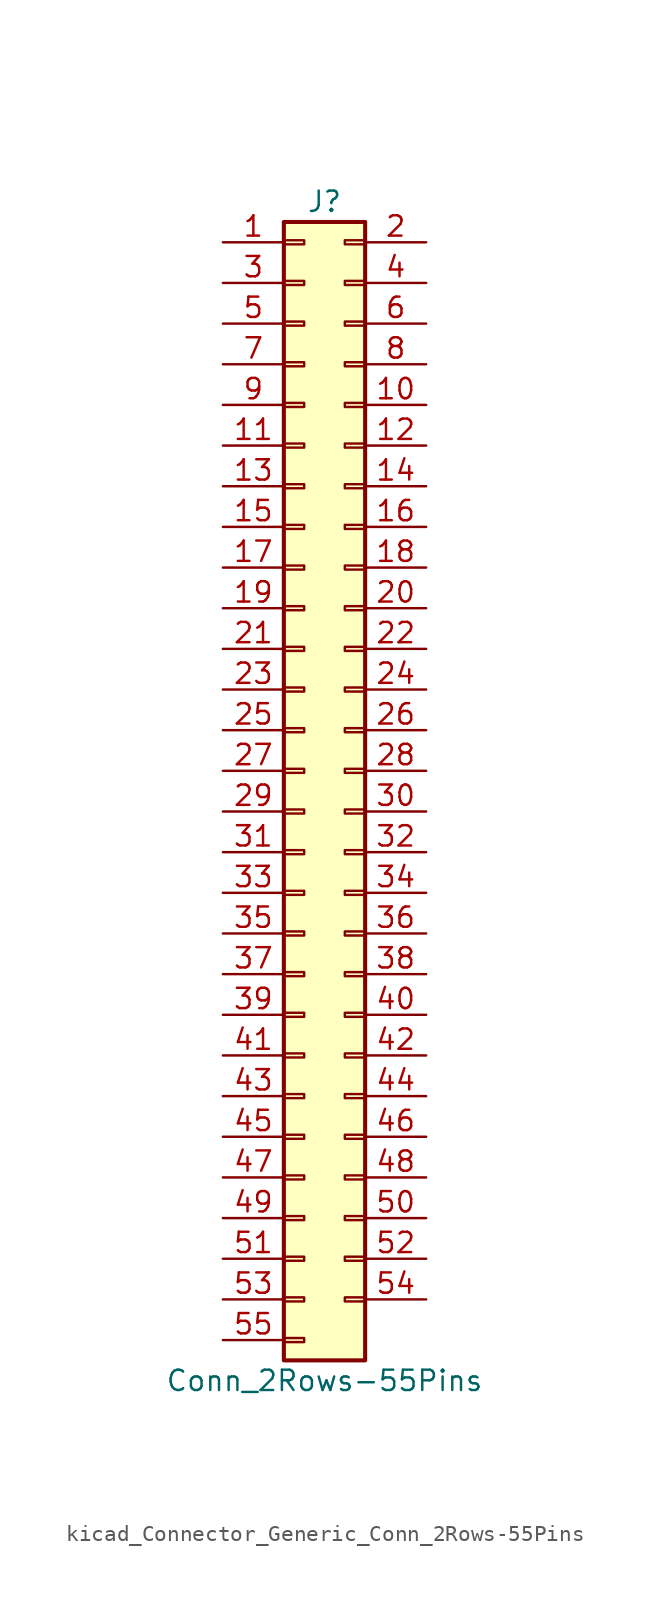
<source format=kicad_sym>
(kicad_symbol_lib
  (version 20220914)
  (generator kicad_symbol_editor)
  (symbol "kicad_Connector_Generic_Conn_2Rows-55Pins"
    (pin_names
      (offset 1.016) hide)
    (property "Reference" "J"
      (at 1.27 35.56 0)
      (effects (font (size 1.27 1.27))))
    (property "Value" "Conn_2Rows-55Pins"
      (at 1.27 -38.1 0)
      (effects (font (size 1.27 1.27))))
    (symbol "kicad_Connector_Generic_Conn_2Rows-55Pins_1_1"
      (rectangle (start -1.27 -35.433) (end 0 -35.687) (stroke (width 0.152) (type default)) (fill (type none)))
      (rectangle (start -1.27 -32.893) (end 0 -33.147) (stroke (width 0.152) (type default)) (fill (type none)))
      (rectangle (start -1.27 -30.353) (end 0 -30.607) (stroke (width 0.152) (type default)) (fill (type none)))
      (rectangle (start -1.27 -27.813) (end 0 -28.067) (stroke (width 0.152) (type default)) (fill (type none)))
      (rectangle (start -1.27 -25.273) (end 0 -25.527) (stroke (width 0.152) (type default)) (fill (type none)))
      (rectangle (start -1.27 -22.733) (end 0 -22.987) (stroke (width 0.152) (type default)) (fill (type none)))
      (rectangle (start -1.27 -20.193) (end 0 -20.447) (stroke (width 0.152) (type default)) (fill (type none)))
      (rectangle (start -1.27 -17.653) (end 0 -17.907) (stroke (width 0.152) (type default)) (fill (type none)))
      (rectangle (start -1.27 -15.113) (end 0 -15.367) (stroke (width 0.152) (type default)) (fill (type none)))
      (rectangle (start -1.27 -12.573) (end 0 -12.827) (stroke (width 0.152) (type default)) (fill (type none)))
      (rectangle (start -1.27 -10.033) (end 0 -10.287) (stroke (width 0.152) (type default)) (fill (type none)))
      (rectangle (start -1.27 -7.493) (end 0 -7.747) (stroke (width 0.152) (type default)) (fill (type none)))
      (rectangle (start -1.27 -4.953) (end 0 -5.207) (stroke (width 0.152) (type default)) (fill (type none)))
      (rectangle (start -1.27 -2.413) (end 0 -2.667) (stroke (width 0.152) (type default)) (fill (type none)))
      (rectangle (start -1.27 0.127) (end 0 -0.127) (stroke (width 0.152) (type default)) (fill (type none)))
      (rectangle (start -1.27 2.667) (end 0 2.413) (stroke (width 0.152) (type default)) (fill (type none)))
      (rectangle (start -1.27 5.207) (end 0 4.953) (stroke (width 0.152) (type default)) (fill (type none)))
      (rectangle (start -1.27 7.747) (end 0 7.493) (stroke (width 0.152) (type default)) (fill (type none)))
      (rectangle (start -1.27 10.287) (end 0 10.033) (stroke (width 0.152) (type default)) (fill (type none)))
      (rectangle (start -1.27 12.827) (end 0 12.573) (stroke (width 0.152) (type default)) (fill (type none)))
      (rectangle (start -1.27 15.367) (end 0 15.113) (stroke (width 0.152) (type default)) (fill (type none)))
      (rectangle (start -1.27 17.907) (end 0 17.653) (stroke (width 0.152) (type default)) (fill (type none)))
      (rectangle (start -1.27 20.447) (end 0 20.193) (stroke (width 0.152) (type default)) (fill (type none)))
      (rectangle (start -1.27 22.987) (end 0 22.733) (stroke (width 0.152) (type default)) (fill (type none)))
      (rectangle (start -1.27 25.527) (end 0 25.273) (stroke (width 0.152) (type default)) (fill (type none)))
      (rectangle (start -1.27 28.067) (end 0 27.813) (stroke (width 0.152) (type default)) (fill (type none)))
      (rectangle (start -1.27 30.607) (end 0 30.353) (stroke (width 0.152) (type default)) (fill (type none)))
      (rectangle (start -1.27 33.147) (end 0 32.893) (stroke (width 0.152) (type default)) (fill (type none)))
      (rectangle (start -1.27 34.29) (end 3.81 -36.83) (stroke (width 0.254) (type default)) (fill (type background)))
      (rectangle (start 3.81 -32.893) (end 2.54 -33.147) (stroke (width 0.152) (type default)) (fill (type none)))
      (rectangle (start 3.81 -30.353) (end 2.54 -30.607) (stroke (width 0.152) (type default)) (fill (type none)))
      (rectangle (start 3.81 -27.813) (end 2.54 -28.067) (stroke (width 0.152) (type default)) (fill (type none)))
      (rectangle (start 3.81 -25.273) (end 2.54 -25.527) (stroke (width 0.152) (type default)) (fill (type none)))
      (rectangle (start 3.81 -22.733) (end 2.54 -22.987) (stroke (width 0.152) (type default)) (fill (type none)))
      (rectangle (start 3.81 -20.193) (end 2.54 -20.447) (stroke (width 0.152) (type default)) (fill (type none)))
      (rectangle (start 3.81 -17.653) (end 2.54 -17.907) (stroke (width 0.152) (type default)) (fill (type none)))
      (rectangle (start 3.81 -15.113) (end 2.54 -15.367) (stroke (width 0.152) (type default)) (fill (type none)))
      (rectangle (start 3.81 -12.573) (end 2.54 -12.827) (stroke (width 0.152) (type default)) (fill (type none)))
      (rectangle (start 3.81 -10.033) (end 2.54 -10.287) (stroke (width 0.152) (type default)) (fill (type none)))
      (rectangle (start 3.81 -7.493) (end 2.54 -7.747) (stroke (width 0.152) (type default)) (fill (type none)))
      (rectangle (start 3.81 -4.953) (end 2.54 -5.207) (stroke (width 0.152) (type default)) (fill (type none)))
      (rectangle (start 3.81 -2.413) (end 2.54 -2.667) (stroke (width 0.152) (type default)) (fill (type none)))
      (rectangle (start 3.81 0.127) (end 2.54 -0.127) (stroke (width 0.152) (type default)) (fill (type none)))
      (rectangle (start 3.81 2.667) (end 2.54 2.413) (stroke (width 0.152) (type default)) (fill (type none)))
      (rectangle (start 3.81 5.207) (end 2.54 4.953) (stroke (width 0.152) (type default)) (fill (type none)))
      (rectangle (start 3.81 7.747) (end 2.54 7.493) (stroke (width 0.152) (type default)) (fill (type none)))
      (rectangle (start 3.81 10.287) (end 2.54 10.033) (stroke (width 0.152) (type default)) (fill (type none)))
      (rectangle (start 3.81 12.827) (end 2.54 12.573) (stroke (width 0.152) (type default)) (fill (type none)))
      (rectangle (start 3.81 15.367) (end 2.54 15.113) (stroke (width 0.152) (type default)) (fill (type none)))
      (rectangle (start 3.81 17.907) (end 2.54 17.653) (stroke (width 0.152) (type default)) (fill (type none)))
      (rectangle (start 3.81 20.447) (end 2.54 20.193) (stroke (width 0.152) (type default)) (fill (type none)))
      (rectangle (start 3.81 22.987) (end 2.54 22.733) (stroke (width 0.152) (type default)) (fill (type none)))
      (rectangle (start 3.81 25.527) (end 2.54 25.273) (stroke (width 0.152) (type default)) (fill (type none)))
      (rectangle (start 3.81 28.067) (end 2.54 27.813) (stroke (width 0.152) (type default)) (fill (type none)))
      (rectangle (start 3.81 30.607) (end 2.54 30.353) (stroke (width 0.152) (type default)) (fill (type none)))
      (rectangle (start 3.81 33.147) (end 2.54 32.893) (stroke (width 0.152) (type default)) (fill (type none)))
      (pin passive line (at -5.08 33.02 0) (length 3.81) (name "Pin_1" (effects (font (size 1.27 1.27)))) (number "1" (effects (font (size 1.27 1.27)))))
      (pin passive line (at 7.62 22.86 180) (length 3.81) (name "Pin_10" (effects (font (size 1.27 1.27)))) (number "10" (effects (font (size 1.27 1.27)))))
      (pin passive line (at -5.08 20.32 0) (length 3.81) (name "Pin_11" (effects (font (size 1.27 1.27)))) (number "11" (effects (font (size 1.27 1.27)))))
      (pin passive line (at 7.62 20.32 180) (length 3.81) (name "Pin_12" (effects (font (size 1.27 1.27)))) (number "12" (effects (font (size 1.27 1.27)))))
      (pin passive line (at -5.08 17.78 0) (length 3.81) (name "Pin_13" (effects (font (size 1.27 1.27)))) (number "13" (effects (font (size 1.27 1.27)))))
      (pin passive line (at 7.62 17.78 180) (length 3.81) (name "Pin_14" (effects (font (size 1.27 1.27)))) (number "14" (effects (font (size 1.27 1.27)))))
      (pin passive line (at -5.08 15.24 0) (length 3.81) (name "Pin_15" (effects (font (size 1.27 1.27)))) (number "15" (effects (font (size 1.27 1.27)))))
      (pin passive line (at 7.62 15.24 180) (length 3.81) (name "Pin_16" (effects (font (size 1.27 1.27)))) (number "16" (effects (font (size 1.27 1.27)))))
      (pin passive line (at -5.08 12.7 0) (length 3.81) (name "Pin_17" (effects (font (size 1.27 1.27)))) (number "17" (effects (font (size 1.27 1.27)))))
      (pin passive line (at 7.62 12.7 180) (length 3.81) (name "Pin_18" (effects (font (size 1.27 1.27)))) (number "18" (effects (font (size 1.27 1.27)))))
      (pin passive line (at -5.08 10.16 0) (length 3.81) (name "Pin_19" (effects (font (size 1.27 1.27)))) (number "19" (effects (font (size 1.27 1.27)))))
      (pin passive line (at 7.62 33.02 180) (length 3.81) (name "Pin_2" (effects (font (size 1.27 1.27)))) (number "2" (effects (font (size 1.27 1.27)))))
      (pin passive line (at 7.62 10.16 180) (length 3.81) (name "Pin_20" (effects (font (size 1.27 1.27)))) (number "20" (effects (font (size 1.27 1.27)))))
      (pin passive line (at -5.08 7.62 0) (length 3.81) (name "Pin_21" (effects (font (size 1.27 1.27)))) (number "21" (effects (font (size 1.27 1.27)))))
      (pin passive line (at 7.62 7.62 180) (length 3.81) (name "Pin_22" (effects (font (size 1.27 1.27)))) (number "22" (effects (font (size 1.27 1.27)))))
      (pin passive line (at -5.08 5.08 0) (length 3.81) (name "Pin_23" (effects (font (size 1.27 1.27)))) (number "23" (effects (font (size 1.27 1.27)))))
      (pin passive line (at 7.62 5.08 180) (length 3.81) (name "Pin_24" (effects (font (size 1.27 1.27)))) (number "24" (effects (font (size 1.27 1.27)))))
      (pin passive line (at -5.08 2.54 0) (length 3.81) (name "Pin_25" (effects (font (size 1.27 1.27)))) (number "25" (effects (font (size 1.27 1.27)))))
      (pin passive line (at 7.62 2.54 180) (length 3.81) (name "Pin_26" (effects (font (size 1.27 1.27)))) (number "26" (effects (font (size 1.27 1.27)))))
      (pin passive line (at -5.08 0 0) (length 3.81) (name "Pin_27" (effects (font (size 1.27 1.27)))) (number "27" (effects (font (size 1.27 1.27)))))
      (pin passive line (at 7.62 0 180) (length 3.81) (name "Pin_28" (effects (font (size 1.27 1.27)))) (number "28" (effects (font (size 1.27 1.27)))))
      (pin passive line (at -5.08 -2.54 0) (length 3.81) (name "Pin_29" (effects (font (size 1.27 1.27)))) (number "29" (effects (font (size 1.27 1.27)))))
      (pin passive line (at -5.08 30.48 0) (length 3.81) (name "Pin_3" (effects (font (size 1.27 1.27)))) (number "3" (effects (font (size 1.27 1.27)))))
      (pin passive line (at 7.62 -2.54 180) (length 3.81) (name "Pin_30" (effects (font (size 1.27 1.27)))) (number "30" (effects (font (size 1.27 1.27)))))
      (pin passive line (at -5.08 -5.08 0) (length 3.81) (name "Pin_31" (effects (font (size 1.27 1.27)))) (number "31" (effects (font (size 1.27 1.27)))))
      (pin passive line (at 7.62 -5.08 180) (length 3.81) (name "Pin_32" (effects (font (size 1.27 1.27)))) (number "32" (effects (font (size 1.27 1.27)))))
      (pin passive line (at -5.08 -7.62 0) (length 3.81) (name "Pin_33" (effects (font (size 1.27 1.27)))) (number "33" (effects (font (size 1.27 1.27)))))
      (pin passive line (at 7.62 -7.62 180) (length 3.81) (name "Pin_34" (effects (font (size 1.27 1.27)))) (number "34" (effects (font (size 1.27 1.27)))))
      (pin passive line (at -5.08 -10.16 0) (length 3.81) (name "Pin_35" (effects (font (size 1.27 1.27)))) (number "35" (effects (font (size 1.27 1.27)))))
      (pin passive line (at 7.62 -10.16 180) (length 3.81) (name "Pin_36" (effects (font (size 1.27 1.27)))) (number "36" (effects (font (size 1.27 1.27)))))
      (pin passive line (at -5.08 -12.7 0) (length 3.81) (name "Pin_37" (effects (font (size 1.27 1.27)))) (number "37" (effects (font (size 1.27 1.27)))))
      (pin passive line (at 7.62 -12.7 180) (length 3.81) (name "Pin_38" (effects (font (size 1.27 1.27)))) (number "38" (effects (font (size 1.27 1.27)))))
      (pin passive line (at -5.08 -15.24 0) (length 3.81) (name "Pin_39" (effects (font (size 1.27 1.27)))) (number "39" (effects (font (size 1.27 1.27)))))
      (pin passive line (at 7.62 30.48 180) (length 3.81) (name "Pin_4" (effects (font (size 1.27 1.27)))) (number "4" (effects (font (size 1.27 1.27)))))
      (pin passive line (at 7.62 -15.24 180) (length 3.81) (name "Pin_40" (effects (font (size 1.27 1.27)))) (number "40" (effects (font (size 1.27 1.27)))))
      (pin passive line (at -5.08 -17.78 0) (length 3.81) (name "Pin_41" (effects (font (size 1.27 1.27)))) (number "41" (effects (font (size 1.27 1.27)))))
      (pin passive line (at 7.62 -17.78 180) (length 3.81) (name "Pin_42" (effects (font (size 1.27 1.27)))) (number "42" (effects (font (size 1.27 1.27)))))
      (pin passive line (at -5.08 -20.32 0) (length 3.81) (name "Pin_43" (effects (font (size 1.27 1.27)))) (number "43" (effects (font (size 1.27 1.27)))))
      (pin passive line (at 7.62 -20.32 180) (length 3.81) (name "Pin_44" (effects (font (size 1.27 1.27)))) (number "44" (effects (font (size 1.27 1.27)))))
      (pin passive line (at -5.08 -22.86 0) (length 3.81) (name "Pin_45" (effects (font (size 1.27 1.27)))) (number "45" (effects (font (size 1.27 1.27)))))
      (pin passive line (at 7.62 -22.86 180) (length 3.81) (name "Pin_46" (effects (font (size 1.27 1.27)))) (number "46" (effects (font (size 1.27 1.27)))))
      (pin passive line (at -5.08 -25.4 0) (length 3.81) (name "Pin_47" (effects (font (size 1.27 1.27)))) (number "47" (effects (font (size 1.27 1.27)))))
      (pin passive line (at 7.62 -25.4 180) (length 3.81) (name "Pin_48" (effects (font (size 1.27 1.27)))) (number "48" (effects (font (size 1.27 1.27)))))
      (pin passive line (at -5.08 -27.94 0) (length 3.81) (name "Pin_49" (effects (font (size 1.27 1.27)))) (number "49" (effects (font (size 1.27 1.27)))))
      (pin passive line (at -5.08 27.94 0) (length 3.81) (name "Pin_5" (effects (font (size 1.27 1.27)))) (number "5" (effects (font (size 1.27 1.27)))))
      (pin passive line (at 7.62 -27.94 180) (length 3.81) (name "Pin_50" (effects (font (size 1.27 1.27)))) (number "50" (effects (font (size 1.27 1.27)))))
      (pin passive line (at -5.08 -30.48 0) (length 3.81) (name "Pin_51" (effects (font (size 1.27 1.27)))) (number "51" (effects (font (size 1.27 1.27)))))
      (pin passive line (at 7.62 -30.48 180) (length 3.81) (name "Pin_52" (effects (font (size 1.27 1.27)))) (number "52" (effects (font (size 1.27 1.27)))))
      (pin passive line (at -5.08 -33.02 0) (length 3.81) (name "Pin_53" (effects (font (size 1.27 1.27)))) (number "53" (effects (font (size 1.27 1.27)))))
      (pin passive line (at 7.62 -33.02 180) (length 3.81) (name "Pin_54" (effects (font (size 1.27 1.27)))) (number "54" (effects (font (size 1.27 1.27)))))
      (pin passive line (at -5.08 -35.56 0) (length 3.81) (name "Pin_55" (effects (font (size 1.27 1.27)))) (number "55" (effects (font (size 1.27 1.27)))))
      (pin passive line (at 7.62 27.94 180) (length 3.81) (name "Pin_6" (effects (font (size 1.27 1.27)))) (number "6" (effects (font (size 1.27 1.27)))))
      (pin passive line (at -5.08 25.4 0) (length 3.81) (name "Pin_7" (effects (font (size 1.27 1.27)))) (number "7" (effects (font (size 1.27 1.27)))))
      (pin passive line (at 7.62 25.4 180) (length 3.81) (name "Pin_8" (effects (font (size 1.27 1.27)))) (number "8" (effects (font (size 1.27 1.27)))))
      (pin passive line (at -5.08 22.86 0) (length 3.81) (name "Pin_9" (effects (font (size 1.27 1.27)))) (number "9" (effects (font (size 1.27 1.27))))))))
</source>
